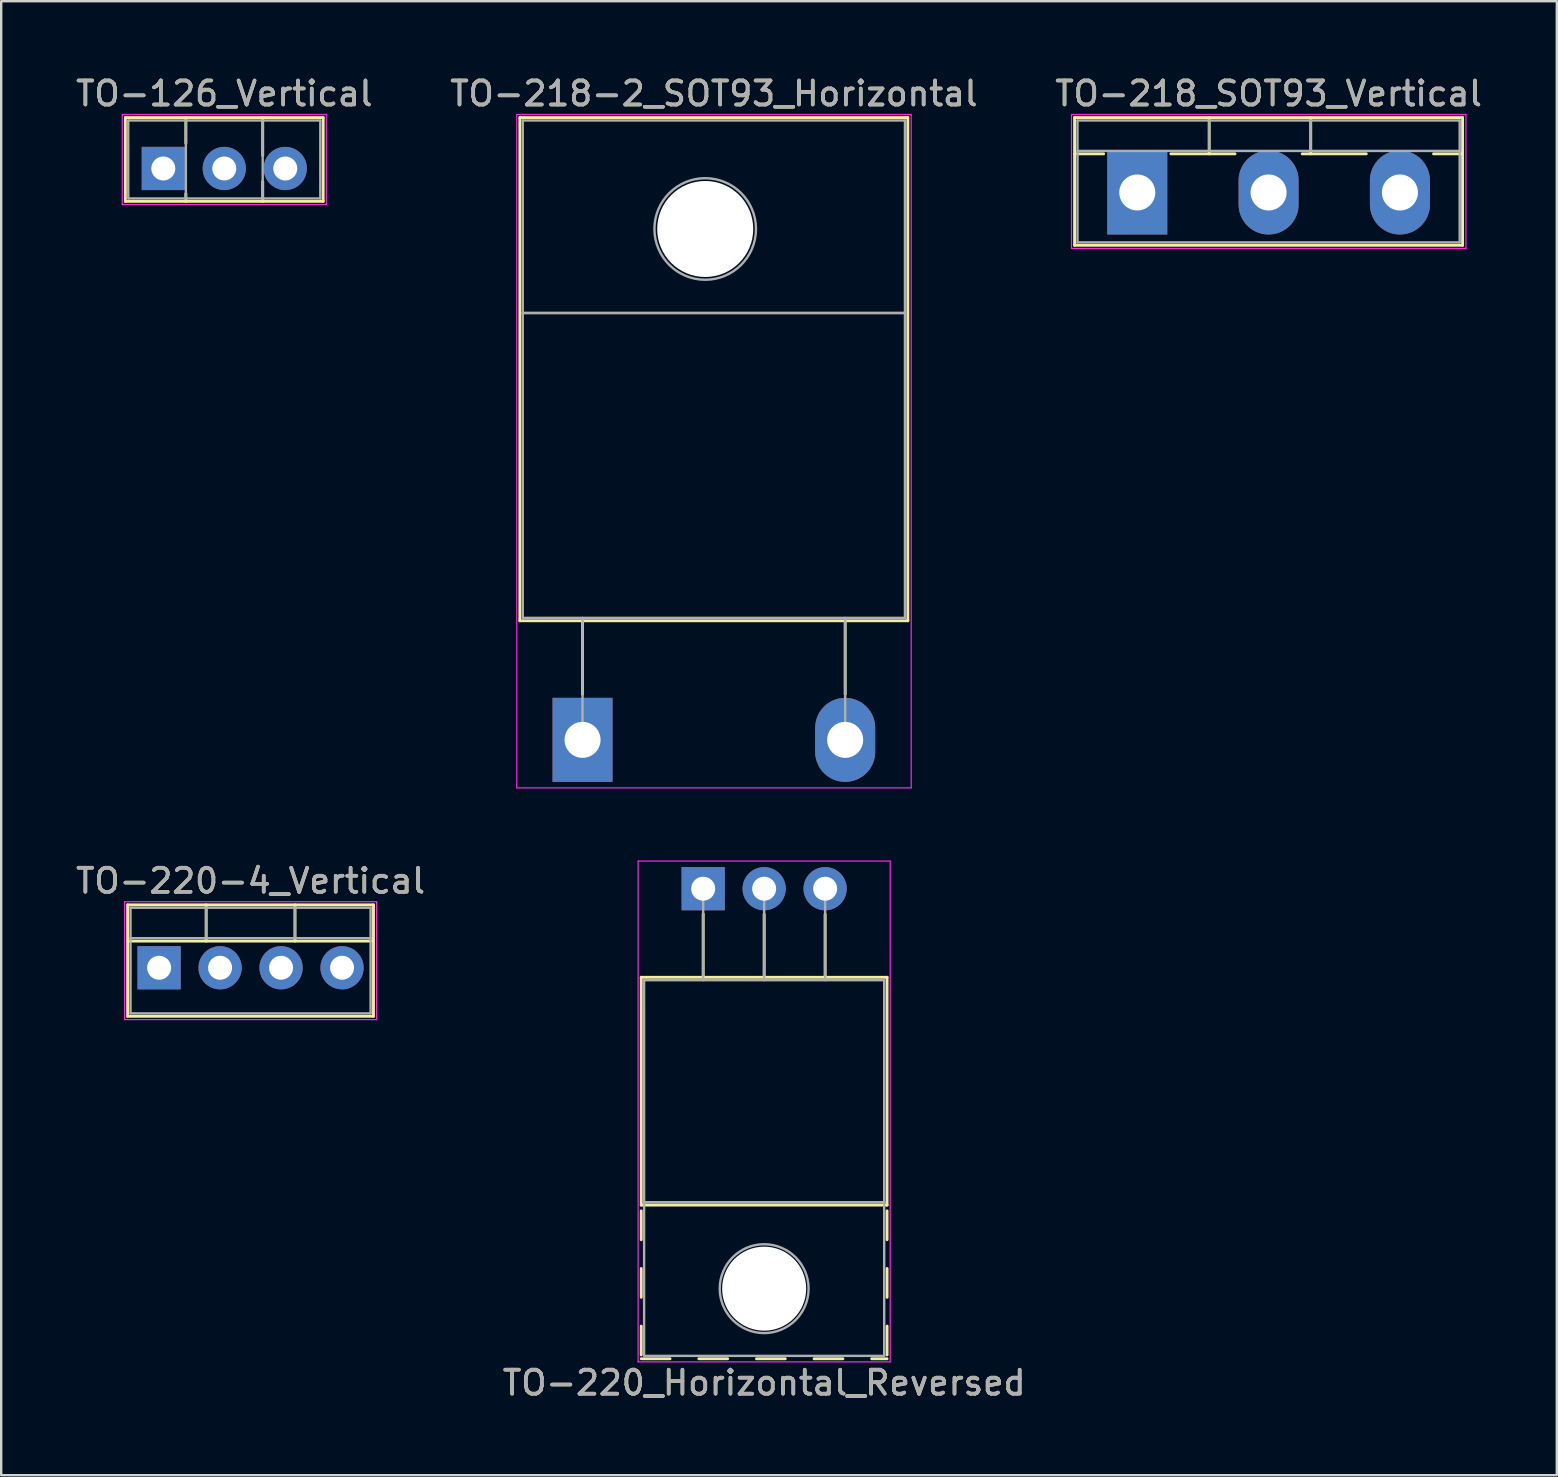
<source format=kicad_pcb>
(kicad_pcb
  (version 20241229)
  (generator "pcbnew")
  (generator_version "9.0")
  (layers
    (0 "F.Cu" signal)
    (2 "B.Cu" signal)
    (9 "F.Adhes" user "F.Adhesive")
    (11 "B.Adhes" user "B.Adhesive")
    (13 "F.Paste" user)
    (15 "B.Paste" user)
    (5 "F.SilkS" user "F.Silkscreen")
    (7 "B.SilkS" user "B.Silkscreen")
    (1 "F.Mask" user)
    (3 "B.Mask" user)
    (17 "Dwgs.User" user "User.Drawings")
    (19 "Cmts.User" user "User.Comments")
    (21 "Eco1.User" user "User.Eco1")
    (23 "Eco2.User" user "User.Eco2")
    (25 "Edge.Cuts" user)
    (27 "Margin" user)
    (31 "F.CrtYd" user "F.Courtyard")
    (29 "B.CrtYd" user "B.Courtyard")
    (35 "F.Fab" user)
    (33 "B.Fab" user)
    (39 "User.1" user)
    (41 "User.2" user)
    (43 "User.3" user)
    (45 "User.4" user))
  (footprint "TO-220_Horizontal_Reversed"
    (layer "F.Cu")
    (at 26.24 33.968)
    (property "Reference" "TO-220_Horizontal_Reversed" (at 2.54 20.58 0) (layer "F.SilkS") (effects (font (size 1 1) (thickness 0.15))))
    (attr through_hole)
    (fp_line (start -2.58 3.69) (end -2.58 13.18) (stroke (width 0.12) (type solid)) (layer "F.SilkS"))
    (fp_line (start -2.58 3.69) (end 7.66 3.69) (stroke (width 0.12) (type solid)) (layer "F.SilkS"))
    (fp_line (start -2.58 13.18) (end 7.66 13.18) (stroke (width 0.12) (type solid)) (layer "F.SilkS"))
    (fp_line (start -2.58 13.42) (end -2.58 14.62) (stroke (width 0.12) (type solid)) (layer "F.SilkS"))
    (fp_line (start -2.58 15.82) (end -2.58 17.02) (stroke (width 0.12) (type solid)) (layer "F.SilkS"))
    (fp_line (start -2.58 18.22) (end -2.58 19.42) (stroke (width 0.12) (type solid)) (layer "F.SilkS"))
    (fp_line (start -2.58 19.58) (end -1.38 19.58) (stroke (width 0.12) (type solid)) (layer "F.SilkS"))
    (fp_line (start -0.181 19.58) (end 1.02 19.58) (stroke (width 0.12) (type solid)) (layer "F.SilkS"))
    (fp_line (start 0 1.05) (end 0 3.69) (stroke (width 0.12) (type solid)) (layer "F.SilkS"))
    (fp_line (start 2.22 19.58) (end 3.42 19.58) (stroke (width 0.12) (type solid)) (layer "F.SilkS"))
    (fp_line (start 2.54 1.066) (end 2.54 3.69) (stroke (width 0.12) (type solid)) (layer "F.SilkS"))
    (fp_line (start 4.62 19.58) (end 5.82 19.58) (stroke (width 0.12) (type solid)) (layer "F.SilkS"))
    (fp_line (start 5.08 1.066) (end 5.08 3.69) (stroke (width 0.12) (type solid)) (layer "F.SilkS"))
    (fp_line (start 7.02 19.58) (end 7.66 19.58) (stroke (width 0.12) (type solid)) (layer "F.SilkS"))
    (fp_line (start 7.66 3.69) (end 7.66 13.18) (stroke (width 0.12) (type solid)) (layer "F.SilkS"))
    (fp_line (start 7.66 13.42) (end 7.66 14.62) (stroke (width 0.12) (type solid)) (layer "F.SilkS"))
    (fp_line (start 7.66 15.82) (end 7.66 17.02) (stroke (width 0.12) (type solid)) (layer "F.SilkS"))
    (fp_line (start 7.66 18.22) (end 7.66 19.42) (stroke (width 0.12) (type solid)) (layer "F.SilkS"))
    (fp_line (start -2.71 -1.15) (end -2.71 19.71) (stroke (width 0.05) (type solid)) (layer "F.CrtYd"))
    (fp_line (start -2.71 19.71) (end 7.79 19.71) (stroke (width 0.05) (type solid)) (layer "F.CrtYd"))
    (fp_line (start 7.79 -1.15) (end -2.71 -1.15) (stroke (width 0.05) (type solid)) (layer "F.CrtYd"))
    (fp_line (start 7.79 19.71) (end 7.79 -1.15) (stroke (width 0.05) (type solid)) (layer "F.CrtYd"))
    (fp_line (start -2.46 3.81) (end -2.46 13.06) (stroke (width 0.1) (type solid)) (layer "F.Fab"))
    (fp_line (start -2.46 13.06) (end -2.46 19.46) (stroke (width 0.1) (type solid)) (layer "F.Fab"))
    (fp_line (start -2.46 13.06) (end 7.54 13.06) (stroke (width 0.1) (type solid)) (layer "F.Fab"))
    (fp_line (start -2.46 19.46) (end 7.54 19.46) (stroke (width 0.1) (type solid)) (layer "F.Fab"))
    (fp_line (start 0 3.81) (end 0 0) (stroke (width 0.1) (type solid)) (layer "F.Fab"))
    (fp_line (start 2.54 3.81) (end 2.54 0) (stroke (width 0.1) (type solid)) (layer "F.Fab"))
    (fp_line (start 5.08 3.81) (end 5.08 0) (stroke (width 0.1) (type solid)) (layer "F.Fab"))
    (fp_line (start 7.54 3.81) (end -2.46 3.81) (stroke (width 0.1) (type solid)) (layer "F.Fab"))
    (fp_line (start 7.54 13.06) (end -2.46 13.06) (stroke (width 0.1) (type solid)) (layer "F.Fab"))
    (fp_line (start 7.54 13.06) (end 7.54 3.81) (stroke (width 0.1) (type solid)) (layer "F.Fab"))
    (fp_line (start 7.54 19.46) (end 7.54 13.06) (stroke (width 0.1) (type solid)) (layer "F.Fab"))
    (fp_circle (center 2.54 16.66) (end 4.39 16.66) (stroke (width 0.1) (type solid)) (fill no) (layer "F.Fab"))
    (fp_text user "${REFERENCE}" (at 2.54 20.58 0) (layer "F.Fab") (effects (font (size 1 1) (thickness 0.15))))
    (pad "" np_thru_hole oval (at 2.54 16.66) (size 3.5 3.5) (drill 3.5) (layers "*.Cu" "*.Mask"))
    (pad "1" thru_hole rect (at 0 0) (size 1.8 1.8) (drill 1) (layers "*.Cu" "*.Mask"))
    (pad "2" thru_hole oval (at 2.54 0) (size 1.8 1.8) (drill 1) (layers "*.Cu" "*.Mask"))
    (pad "3" thru_hole oval (at 5.08 0) (size 1.8 1.8) (drill 1) (layers "*.Cu" "*.Mask")))
  (footprint "TO-220-4_Vertical"
    (layer "F.Cu")
    (at 3.577 37.261)
    (property "Reference" "TO-220-4_Vertical" (at 3.81 -3.62 0) (layer "F.SilkS") (effects (font (size 1 1) (thickness 0.15))))
    (attr through_hole)
    (fp_line (start -1.31 -2.62) (end -1.31 2.021) (stroke (width 0.12) (type solid)) (layer "F.SilkS"))
    (fp_line (start -1.31 -2.62) (end 8.93 -2.62) (stroke (width 0.12) (type solid)) (layer "F.SilkS"))
    (fp_line (start -1.31 -1.11) (end 8.93 -1.11) (stroke (width 0.12) (type solid)) (layer "F.SilkS"))
    (fp_line (start -1.31 2.021) (end 8.93 2.021) (stroke (width 0.12) (type solid)) (layer "F.SilkS"))
    (fp_line (start 1.96 -2.62) (end 1.96 -1.11) (stroke (width 0.12) (type solid)) (layer "F.SilkS"))
    (fp_line (start 5.66 -2.62) (end 5.66 -1.11) (stroke (width 0.12) (type solid)) (layer "F.SilkS"))
    (fp_line (start 8.93 -2.62) (end 8.93 2.021) (stroke (width 0.12) (type solid)) (layer "F.SilkS"))
    (fp_line (start -1.44 -2.75) (end -1.44 2.16) (stroke (width 0.05) (type solid)) (layer "F.CrtYd"))
    (fp_line (start -1.44 2.16) (end 9.06 2.16) (stroke (width 0.05) (type solid)) (layer "F.CrtYd"))
    (fp_line (start 9.06 -2.75) (end -1.44 -2.75) (stroke (width 0.05) (type solid)) (layer "F.CrtYd"))
    (fp_line (start 9.06 2.16) (end 9.06 -2.75) (stroke (width 0.05) (type solid)) (layer "F.CrtYd"))
    (fp_line (start -1.19 -2.5) (end -1.19 1.9) (stroke (width 0.1) (type solid)) (layer "F.Fab"))
    (fp_line (start -1.19 -1.23) (end 8.81 -1.23) (stroke (width 0.1) (type solid)) (layer "F.Fab"))
    (fp_line (start -1.19 1.9) (end 8.81 1.9) (stroke (width 0.1) (type solid)) (layer "F.Fab"))
    (fp_line (start 1.96 -2.5) (end 1.96 -1.23) (stroke (width 0.1) (type solid)) (layer "F.Fab"))
    (fp_line (start 5.66 -2.5) (end 5.66 -1.23) (stroke (width 0.1) (type solid)) (layer "F.Fab"))
    (fp_line (start 8.81 -2.5) (end -1.19 -2.5) (stroke (width 0.1) (type solid)) (layer "F.Fab"))
    (fp_line (start 8.81 1.9) (end 8.81 -2.5) (stroke (width 0.1) (type solid)) (layer "F.Fab"))
    (fp_text user "${REFERENCE}" (at 3.81 -3.62 0) (layer "F.Fab") (effects (font (size 1 1) (thickness 0.15))))
    (pad "1" thru_hole rect (at 0 0) (size 1.8 1.8) (drill 1) (layers "*.Cu" "*.Mask"))
    (pad "2" thru_hole oval (at 2.54 0) (size 1.8 1.8) (drill 1) (layers "*.Cu" "*.Mask"))
    (pad "3" thru_hole oval (at 5.08 0) (size 1.8 1.8) (drill 1) (layers "*.Cu" "*.Mask"))
    (pad "4" thru_hole oval (at 7.62 0) (size 1.8 1.8) (drill 1) (layers "*.Cu" "*.Mask")))
  (footprint "TO-218-2_SOT93_Horizontal"
    (layer "F.Cu")
    (at 21.215 27.768)
    (property "Reference" "TO-218-2_SOT93_Horizontal" (at 5.47 -26.92 0) (layer "F.SilkS") (effects (font (size 1 1) (thickness 0.15))))
    (attr through_hole)
    (fp_line (start -2.611 -25.92) (end -2.611 -4.96) (stroke (width 0.12) (type solid)) (layer "F.SilkS"))
    (fp_line (start -2.611 -25.92) (end 13.55 -25.92) (stroke (width 0.12) (type solid)) (layer "F.SilkS"))
    (fp_line (start -2.611 -4.96) (end 13.55 -4.96) (stroke (width 0.12) (type solid)) (layer "F.SilkS"))
    (fp_line (start 0 -4.96) (end 0 -1.9) (stroke (width 0.12) (type solid)) (layer "F.SilkS"))
    (fp_line (start 10.94 -4.96) (end 10.94 -1.9) (stroke (width 0.12) (type solid)) (layer "F.SilkS"))
    (fp_line (start 13.55 -25.92) (end 13.55 -4.96) (stroke (width 0.12) (type solid)) (layer "F.SilkS"))
    (fp_line (start -2.74 -26.05) (end -2.74 2) (stroke (width 0.05) (type solid)) (layer "F.CrtYd"))
    (fp_line (start -2.74 2) (end 13.69 2) (stroke (width 0.05) (type solid)) (layer "F.CrtYd"))
    (fp_line (start 13.69 -26.05) (end -2.74 -26.05) (stroke (width 0.05) (type solid)) (layer "F.CrtYd"))
    (fp_line (start 13.69 2) (end 13.69 -26.05) (stroke (width 0.05) (type solid)) (layer "F.CrtYd"))
    (fp_line (start -2.49 -25.8) (end 13.43 -25.8) (stroke (width 0.1) (type solid)) (layer "F.Fab"))
    (fp_line (start -2.49 -17.78) (end -2.49 -25.8) (stroke (width 0.1) (type solid)) (layer "F.Fab"))
    (fp_line (start -2.49 -17.78) (end 13.43 -17.78) (stroke (width 0.1) (type solid)) (layer "F.Fab"))
    (fp_line (start -2.49 -5.08) (end -2.49 -17.78) (stroke (width 0.1) (type solid)) (layer "F.Fab"))
    (fp_line (start 0 -5.08) (end 0 0) (stroke (width 0.1) (type solid)) (layer "F.Fab"))
    (fp_line (start 10.94 -5.08) (end 10.94 0) (stroke (width 0.1) (type solid)) (layer "F.Fab"))
    (fp_line (start 13.43 -25.8) (end 13.43 -17.78) (stroke (width 0.1) (type solid)) (layer "F.Fab"))
    (fp_line (start 13.43 -17.78) (end -2.49 -17.78) (stroke (width 0.1) (type solid)) (layer "F.Fab"))
    (fp_line (start 13.43 -17.78) (end 13.43 -5.08) (stroke (width 0.1) (type solid)) (layer "F.Fab"))
    (fp_line (start 13.43 -5.08) (end -2.49 -5.08) (stroke (width 0.1) (type solid)) (layer "F.Fab"))
    (fp_circle (center 5.11 -21.28) (end 7.225 -21.28) (stroke (width 0.1) (type solid)) (fill no) (layer "F.Fab"))
    (fp_text user "${REFERENCE}" (at 5.47 -26.92 0) (layer "F.Fab") (effects (font (size 1 1) (thickness 0.15))))
    (pad "" np_thru_hole oval (at 5.11 -21.28) (size 4 4) (drill 4) (layers "*.Cu" "*.Mask"))
    (pad "1" thru_hole rect (at 0 0) (size 2.5 3.5) (drill 1.5) (layers "*.Cu" "*.Mask"))
    (pad "2" thru_hole oval (at 10.94 0) (size 2.5 3.5) (drill 1.5) (layers "*.Cu" "*.Mask")))
  (footprint "TO-218_SOT93_Vertical"
    (layer "F.Cu")
    (at 44.322 4.968)
    (property "Reference" "TO-218_SOT93_Vertical" (at 5.47 -4.12 0) (layer "F.SilkS") (effects (font (size 1 1) (thickness 0.15))))
    (attr through_hole)
    (fp_line (start -2.611 -3.12) (end -2.611 2.2) (stroke (width 0.12) (type solid)) (layer "F.SilkS"))
    (fp_line (start -2.611 -3.12) (end 13.55 -3.12) (stroke (width 0.12) (type solid)) (layer "F.SilkS"))
    (fp_line (start -2.611 -1.61) (end -1.4 -1.61) (stroke (width 0.12) (type solid)) (layer "F.SilkS"))
    (fp_line (start -2.611 2.2) (end 13.55 2.2) (stroke (width 0.12) (type solid)) (layer "F.SilkS"))
    (fp_line (start 1.4 -1.61) (end 4.07 -1.61) (stroke (width 0.12) (type solid)) (layer "F.SilkS"))
    (fp_line (start 2.995 -3.12) (end 2.995 -1.61) (stroke (width 0.12) (type solid)) (layer "F.SilkS"))
    (fp_line (start 6.87 -1.61) (end 9.54 -1.61) (stroke (width 0.12) (type solid)) (layer "F.SilkS"))
    (fp_line (start 7.225 -3.12) (end 7.225 -1.61) (stroke (width 0.12) (type solid)) (layer "F.SilkS"))
    (fp_line (start 12.34 -1.61) (end 13.55 -1.61) (stroke (width 0.12) (type solid)) (layer "F.SilkS"))
    (fp_line (start 13.55 -3.12) (end 13.55 2.2) (stroke (width 0.12) (type solid)) (layer "F.SilkS"))
    (fp_line (start -2.74 -3.25) (end -2.74 2.33) (stroke (width 0.05) (type solid)) (layer "F.CrtYd"))
    (fp_line (start -2.74 2.33) (end 13.69 2.33) (stroke (width 0.05) (type solid)) (layer "F.CrtYd"))
    (fp_line (start 13.69 -3.25) (end -2.74 -3.25) (stroke (width 0.05) (type solid)) (layer "F.CrtYd"))
    (fp_line (start 13.69 2.33) (end 13.69 -3.25) (stroke (width 0.05) (type solid)) (layer "F.CrtYd"))
    (fp_line (start -2.49 -3) (end -2.49 2.08) (stroke (width 0.1) (type solid)) (layer "F.Fab"))
    (fp_line (start -2.49 -1.73) (end 13.43 -1.73) (stroke (width 0.1) (type solid)) (layer "F.Fab"))
    (fp_line (start -2.49 2.08) (end 13.43 2.08) (stroke (width 0.1) (type solid)) (layer "F.Fab"))
    (fp_line (start 2.995 -3) (end 2.995 -1.73) (stroke (width 0.1) (type solid)) (layer "F.Fab"))
    (fp_line (start 7.225 -3) (end 7.225 -1.73) (stroke (width 0.1) (type solid)) (layer "F.Fab"))
    (fp_line (start 13.43 -3) (end -2.49 -3) (stroke (width 0.1) (type solid)) (layer "F.Fab"))
    (fp_line (start 13.43 2.08) (end 13.43 -3) (stroke (width 0.1) (type solid)) (layer "F.Fab"))
    (fp_text user "${REFERENCE}" (at 5.47 -4.12 0) (layer "F.Fab") (effects (font (size 1 1) (thickness 0.15))))
    (pad "1" thru_hole rect (at 0 0) (size 2.5 3.5) (drill 1.5) (layers "*.Cu" "*.Mask"))
    (pad "2" thru_hole oval (at 5.47 0) (size 2.5 3.5) (drill 1.5) (layers "*.Cu" "*.Mask"))
    (pad "3" thru_hole oval (at 10.94 0) (size 2.5 3.5) (drill 1.5) (layers "*.Cu" "*.Mask")))
  (footprint "TO-126_Vertical"
    (layer "F.Cu")
    (at 3.752 3.968)
    (property "Reference" "TO-126_Vertical" (at 2.54 -3.12 0) (layer "F.SilkS") (effects (font (size 1 1) (thickness 0.15))))
    (attr through_hole)
    (fp_line (start -1.58 -2.12) (end -1.58 1.37) (stroke (width 0.12) (type solid)) (layer "F.SilkS"))
    (fp_line (start -1.58 -2.12) (end 6.66 -2.12) (stroke (width 0.12) (type solid)) (layer "F.SilkS"))
    (fp_line (start -1.58 1.37) (end 6.66 1.37) (stroke (width 0.12) (type solid)) (layer "F.SilkS"))
    (fp_line (start 0.94 -2.12) (end 0.94 -1.05) (stroke (width 0.12) (type solid)) (layer "F.SilkS"))
    (fp_line (start 0.94 1.05) (end 0.94 1.37) (stroke (width 0.12) (type solid)) (layer "F.SilkS"))
    (fp_line (start 4.141 -2.12) (end 4.141 -0.54) (stroke (width 0.12) (type solid)) (layer "F.SilkS"))
    (fp_line (start 4.141 0.54) (end 4.141 1.37) (stroke (width 0.12) (type solid)) (layer "F.SilkS"))
    (fp_line (start 6.66 -2.12) (end 6.66 1.37) (stroke (width 0.12) (type solid)) (layer "F.SilkS"))
    (fp_line (start -1.71 -2.25) (end -1.71 1.5) (stroke (width 0.05) (type solid)) (layer "F.CrtYd"))
    (fp_line (start -1.71 1.5) (end 6.79 1.5) (stroke (width 0.05) (type solid)) (layer "F.CrtYd"))
    (fp_line (start 6.79 -2.25) (end -1.71 -2.25) (stroke (width 0.05) (type solid)) (layer "F.CrtYd"))
    (fp_line (start 6.79 1.5) (end 6.79 -2.25) (stroke (width 0.05) (type solid)) (layer "F.CrtYd"))
    (fp_line (start -1.46 -2) (end -1.46 1.25) (stroke (width 0.1) (type solid)) (layer "F.Fab"))
    (fp_line (start -1.46 1.25) (end 6.54 1.25) (stroke (width 0.1) (type solid)) (layer "F.Fab"))
    (fp_line (start 0.94 -2) (end 0.94 1.25) (stroke (width 0.1) (type solid)) (layer "F.Fab"))
    (fp_line (start 4.14 -2) (end 4.14 1.25) (stroke (width 0.1) (type solid)) (layer "F.Fab"))
    (fp_line (start 6.54 -2) (end -1.46 -2) (stroke (width 0.1) (type solid)) (layer "F.Fab"))
    (fp_line (start 6.54 1.25) (end 6.54 -2) (stroke (width 0.1) (type solid)) (layer "F.Fab"))
    (fp_text user "${REFERENCE}" (at 2.54 -3.12 0) (layer "F.Fab") (effects (font (size 1 1) (thickness 0.15))))
    (pad "1" thru_hole rect (at 0 0) (size 1.8 1.8) (drill 1) (layers "*.Cu" "*.Mask"))
    (pad "2" thru_hole oval (at 2.54 0) (size 1.8 1.8) (drill 1) (layers "*.Cu" "*.Mask"))
    (pad "3" thru_hole oval (at 5.08 0) (size 1.8 1.8) (drill 1) (layers "*.Cu" "*.Mask")))
  (gr_rect
    (start -3 -3)
    (end 61.798 58.397)
    (stroke (width 0.1) (type default))
    (fill no)
    (layer "Edge.Cuts")))
</source>
